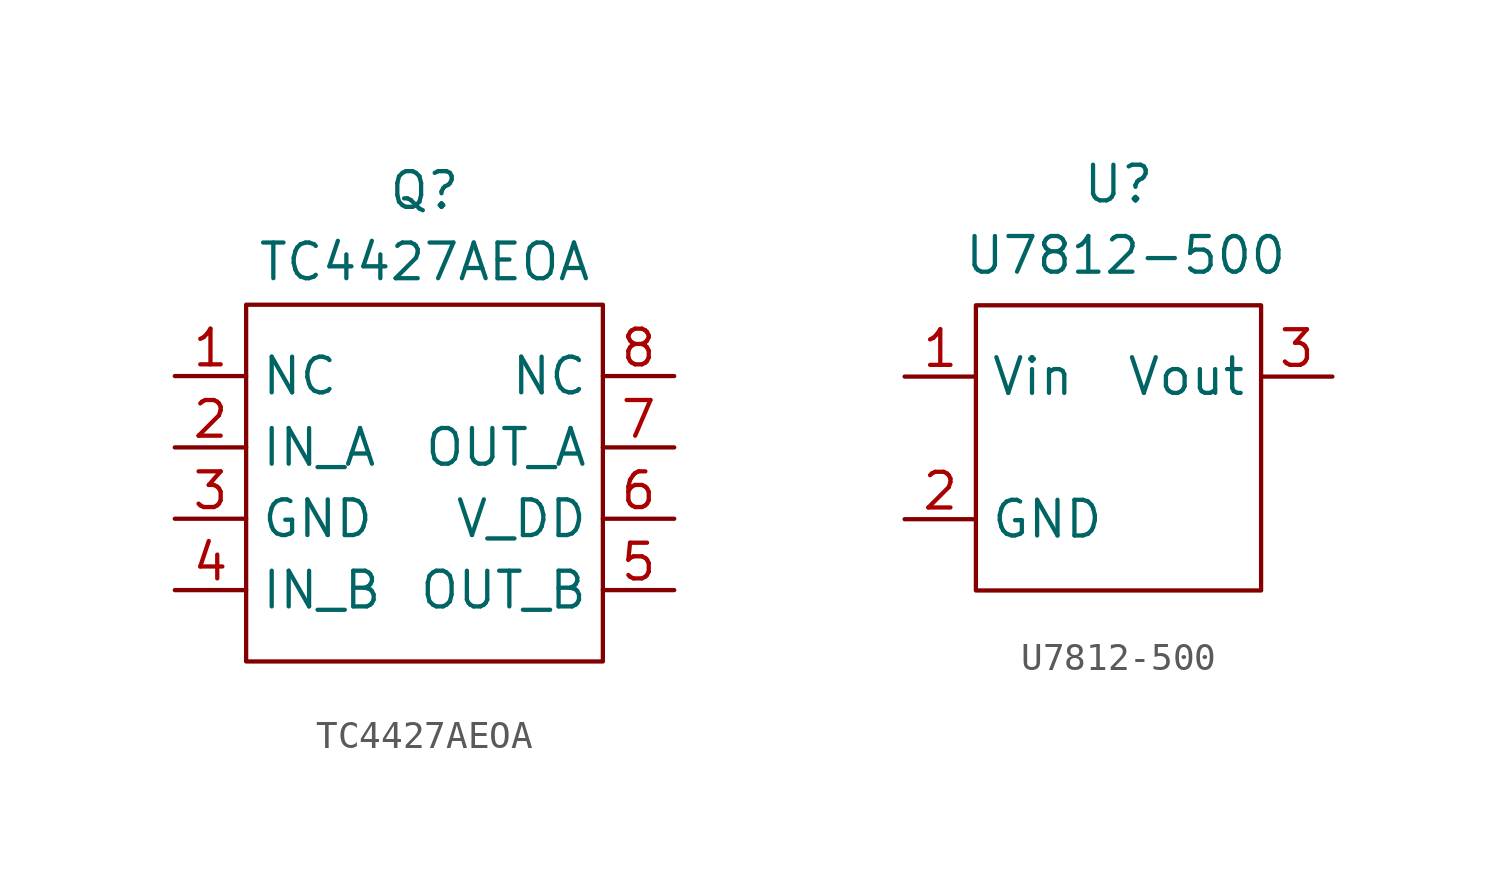
<source format=kicad_sym>
(kicad_symbol_lib
  (version 20231120)
  (generator "kicad_symbol_editor")
  (generator_version "8.0")
  (symbol "TC4427AEOA"
    (property "Reference" "Q"
      (at 0 10.414 0)
      (effects (font (size 1.27 1.27))))
    (property "Value" "TC4427AEOA"
      (at 0 7.874 0)
      (effects (font (size 1.27 1.27))))
    (symbol "TC4427AEOA_0_1"
      (rectangle (start -6.35 6.35) (end 6.35 -6.35) (stroke (width 0) (type default)) (fill (type none))))
    (symbol "TC4427AEOA_1_1"
      (pin free line (at -8.89 3.81 0) (length 2.54) (name "NC" (effects (font (size 1.27 1.27)))) (number "1" (effects (font (size 1.27 1.27)))))
      (pin input line (at -8.89 1.27 0) (length 2.54) (name "IN_A" (effects (font (size 1.27 1.27)))) (number "2" (effects (font (size 1.27 1.27)))))
      (pin power_in line (at -8.89 -1.27 0) (length 2.54) (name "GND" (effects (font (size 1.27 1.27)))) (number "3" (effects (font (size 1.27 1.27)))))
      (pin input line (at -8.89 -3.81 0) (length 2.54) (name "IN_B" (effects (font (size 1.27 1.27)))) (number "4" (effects (font (size 1.27 1.27)))))
      (pin output line (at 8.89 -3.81 180) (length 2.54) (name "OUT_B" (effects (font (size 1.27 1.27)))) (number "5" (effects (font (size 1.27 1.27)))))
      (pin power_in line (at 8.89 -1.27 180) (length 2.54) (name "V_DD" (effects (font (size 1.27 1.27)))) (number "6" (effects (font (size 1.27 1.27)))))
      (pin output line (at 8.89 1.27 180) (length 2.54) (name "OUT_A" (effects (font (size 1.27 1.27)))) (number "7" (effects (font (size 1.27 1.27)))))
      (pin free line (at 8.89 3.81 180) (length 2.54) (name "NC" (effects (font (size 1.27 1.27)))) (number "8" (effects (font (size 1.27 1.27)))))))
  (symbol "U7812-500"
    (property "Reference" "U"
      (at 0 9.398 0)
      (effects (font (size 1.27 1.27))))
    (property "Value" "U7812-500"
      (at 0.254 6.858 0)
      (effects (font (size 1.27 1.27))))
    (symbol "U7812-500_0_1"
      (rectangle (start -5.08 5.08) (end 5.08 -5.08) (stroke (width 0) (type default)) (fill (type none))))
    (symbol "U7812-500_1_1"
      (pin input line (at -7.62 2.54 0) (length 2.54) (name "Vin" (effects (font (size 1.27 1.27)))) (number "1" (effects (font (size 1.27 1.27)))))
      (pin input line (at -7.62 -2.54 0) (length 2.54) (name "GND" (effects (font (size 1.27 1.27)))) (number "2" (effects (font (size 1.27 1.27)))))
      (pin output line (at 7.62 2.54 180) (length 2.54) (name "Vout" (effects (font (size 1.27 1.27)))) (number "3" (effects (font (size 1.27 1.27))))))))
</source>
